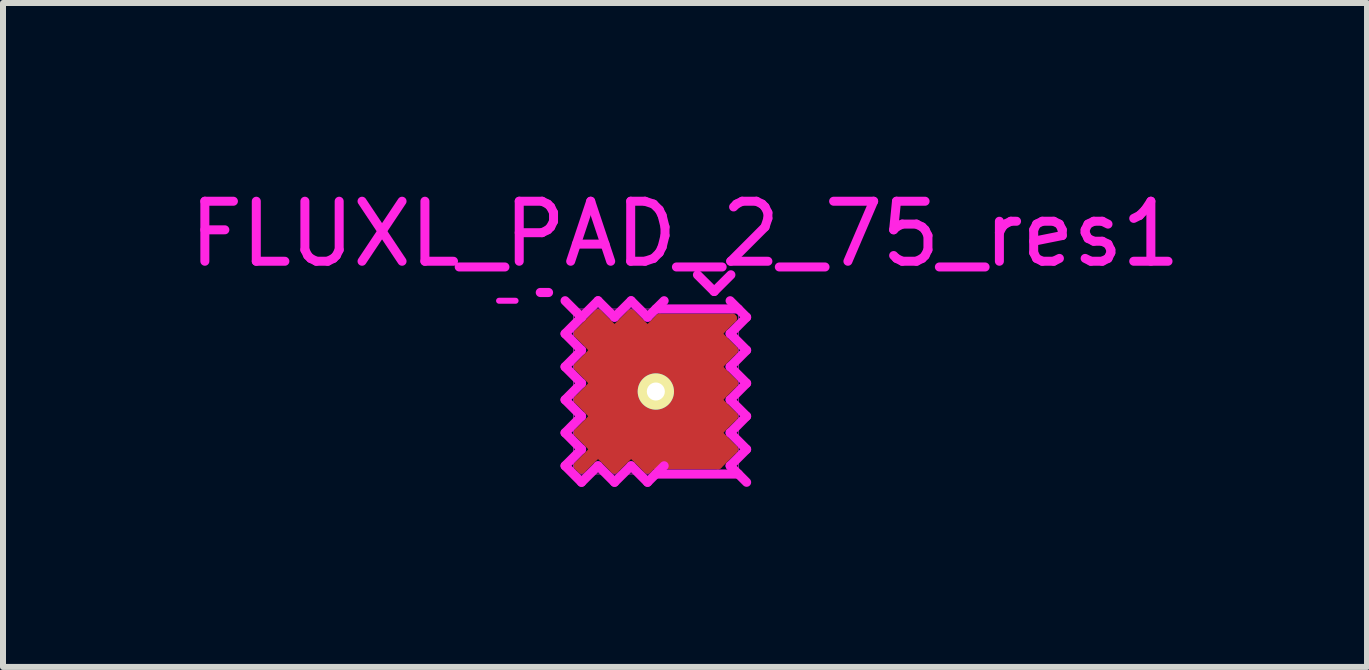
<source format=kicad_pcb>
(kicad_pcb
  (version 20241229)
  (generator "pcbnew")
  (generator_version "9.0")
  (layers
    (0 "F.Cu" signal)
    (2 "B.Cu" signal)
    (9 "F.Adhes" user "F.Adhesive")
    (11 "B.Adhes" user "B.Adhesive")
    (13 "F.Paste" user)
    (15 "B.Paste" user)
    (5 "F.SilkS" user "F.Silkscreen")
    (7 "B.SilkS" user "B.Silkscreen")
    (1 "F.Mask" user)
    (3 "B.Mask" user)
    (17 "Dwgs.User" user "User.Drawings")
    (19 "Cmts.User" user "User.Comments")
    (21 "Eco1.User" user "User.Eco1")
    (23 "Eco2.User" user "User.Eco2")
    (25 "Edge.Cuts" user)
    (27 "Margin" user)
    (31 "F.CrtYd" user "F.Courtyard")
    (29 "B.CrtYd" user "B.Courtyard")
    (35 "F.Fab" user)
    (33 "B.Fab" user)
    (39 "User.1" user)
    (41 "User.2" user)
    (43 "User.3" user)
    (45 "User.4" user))
  (footprint "FLUXL_PAD_2_75_res1"
    (layer "F.Cu")
    (at 7.877 3.473)
    (property "Reference" "FLUXL_PAD_2_75_res1" (at 0.486 -2.625 0) (layer "F.CrtYd") (effects (font (size 1 1) (thickness 0.15))))
    (attr smd)
    (fp_line (start -1.292 -0.963) (end -1.018 -0.688) (stroke (width 0.152) (type solid)) (layer "F.Cu"))
    (fp_line (start -1.292 -0.412) (end -1.018 -0.138) (stroke (width 0.152) (type solid)) (layer "F.Cu"))
    (fp_line (start -1.292 0.138) (end -1.018 0.412) (stroke (width 0.152) (type solid)) (layer "F.Cu"))
    (fp_line (start -1.292 0.688) (end -1.018 0.963) (stroke (width 0.152) (type solid)) (layer "F.Cu"))
    (fp_line (start -1.292 1.238) (end -1.238 1.292) (stroke (width 0.152) (type solid)) (layer "F.Cu"))
    (fp_line (start -1.238 -0.412) (end -1.073 -0.412) (stroke (width 0.152) (type solid)) (layer "F.Cu"))
    (fp_line (start -1.238 0.138) (end -1.073 0.138) (stroke (width 0.152) (type solid)) (layer "F.Cu"))
    (fp_line (start -1.238 0.688) (end -1.073 0.688) (stroke (width 0.152) (type solid)) (layer "F.Cu"))
    (fp_line (start -1.238 1.292) (end -0.963 1.018) (stroke (width 0.152) (type solid)) (layer "F.Cu"))
    (fp_line (start -1.183 -0.907) (end -0.907 -1.183) (stroke (width 0.152) (type solid)) (layer "F.Cu"))
    (fp_line (start -1.018 -0.688) (end -1.292 -0.412) (stroke (width 0.152) (type solid)) (layer "F.Cu"))
    (fp_line (start -1.018 -0.138) (end -1.292 0.138) (stroke (width 0.152) (type solid)) (layer "F.Cu"))
    (fp_line (start -1.018 0.412) (end -1.292 0.688) (stroke (width 0.152) (type solid)) (layer "F.Cu"))
    (fp_line (start -1.018 0.963) (end -1.292 1.238) (stroke (width 0.152) (type solid)) (layer "F.Cu"))
    (fp_line (start -0.963 -1.292) (end -1.292 -0.963) (stroke (width 0.152) (type solid)) (layer "F.Cu"))
    (fp_line (start -0.963 1.018) (end -0.688 1.292) (stroke (width 0.152) (type solid)) (layer "F.Cu"))
    (fp_line (start -0.688 -1.018) (end -0.963 -1.292) (stroke (width 0.152) (type solid)) (layer "F.Cu"))
    (fp_line (start -0.688 1.238) (end -0.688 1.073) (stroke (width 0.152) (type solid)) (layer "F.Cu"))
    (fp_line (start -0.688 1.292) (end -0.412 1.018) (stroke (width 0.152) (type solid)) (layer "F.Cu"))
    (fp_line (start -0.412 -1.292) (end -0.688 -1.018) (stroke (width 0.152) (type solid)) (layer "F.Cu"))
    (fp_line (start -0.412 -1.238) (end -0.412 -1.073) (stroke (width 0.152) (type solid)) (layer "F.Cu"))
    (fp_line (start -0.412 1.018) (end -0.138 1.292) (stroke (width 0.152) (type solid)) (layer "F.Cu"))
    (fp_line (start -0.138 -1.018) (end -0.412 -1.292) (stroke (width 0.152) (type solid)) (layer "F.Cu"))
    (fp_line (start -0.138 1.238) (end -0.138 1.073) (stroke (width 0.152) (type solid)) (layer "F.Cu"))
    (fp_line (start -0.138 1.292) (end 0.138 1.018) (stroke (width 0.152) (type solid)) (layer "F.Cu"))
    (fp_line (start 0.025 1.125) (end 1.05 1.125) (stroke (width 0.15) (type solid)) (layer "F.Cu"))
    (fp_line (start 0.065 -1.22) (end -0.138 -1.018) (stroke (width 0.152) (type solid)) (layer "F.Cu"))
    (fp_line (start 0.065 -1.22) (end 1.275 -1.22) (stroke (width 0.15) (type solid)) (layer "F.Cu"))
    (fp_line (start 0.075 -1.125) (end 1.05 -1.125) (stroke (width 0.15) (type solid)) (layer "F.Cu"))
    (fp_line (start 1.018 -0.412) (end 1.292 -0.688) (stroke (width 0.152) (type solid)) (layer "F.Cu"))
    (fp_line (start 1.018 0.138) (end 1.292 -0.138) (stroke (width 0.152) (type solid)) (layer "F.Cu"))
    (fp_line (start 1.018 0.688) (end 1.292 0.412) (stroke (width 0.152) (type solid)) (layer "F.Cu"))
    (fp_line (start 1.035 1.22) (end -0.1 1.22) (stroke (width 0.15) (type solid)) (layer "F.Cu"))
    (fp_line (start 1.035 1.22) (end 1.292 0.963) (stroke (width 0.152) (type solid)) (layer "F.Cu"))
    (fp_line (start 1.183 0.907) (end 0.907 1.183) (stroke (width 0.152) (type solid)) (layer "F.Cu"))
    (fp_line (start 1.238 -0.688) (end 1.073 -0.688) (stroke (width 0.152) (type solid)) (layer "F.Cu"))
    (fp_line (start 1.238 -0.138) (end 1.073 -0.138) (stroke (width 0.152) (type solid)) (layer "F.Cu"))
    (fp_line (start 1.238 0.412) (end 1.073 0.412) (stroke (width 0.152) (type solid)) (layer "F.Cu"))
    (fp_line (start 1.275 -1.22) (end 1.05 -0.995) (stroke (width 0.15) (type solid)) (layer "F.Cu"))
    (fp_line (start 1.292 -0.688) (end 1.018 -0.963) (stroke (width 0.152) (type solid)) (layer "F.Cu"))
    (fp_line (start 1.292 -0.138) (end 1.018 -0.412) (stroke (width 0.152) (type solid)) (layer "F.Cu"))
    (fp_line (start 1.292 0.412) (end 1.018 0.138) (stroke (width 0.152) (type solid)) (layer "F.Cu"))
    (fp_line (start 1.292 0.963) (end 1.018 0.688) (stroke (width 0.152) (type solid)) (layer "F.Cu"))
    (fp_line (start -2.337 -1.512) (end -2.612 -1.512) (stroke (width 0.1) (type solid)) (layer "F.CrtYd"))
    (fp_line (start -1.925 -1.65) (end -1.788 -1.65) (stroke (width 0.152) (type solid)) (layer "F.CrtYd"))
    (fp_line (start -1.512 -1.512) (end -1.238 -1.238) (stroke (width 0.152) (type solid)) (layer "F.CrtYd"))
    (fp_line (start -1.512 -0.963) (end -1.238 -0.688) (stroke (width 0.152) (type solid)) (layer "F.CrtYd"))
    (fp_line (start -1.512 -0.412) (end -1.238 -0.138) (stroke (width 0.152) (type solid)) (layer "F.CrtYd"))
    (fp_line (start -1.512 0.138) (end -1.238 0.412) (stroke (width 0.152) (type solid)) (layer "F.CrtYd"))
    (fp_line (start -1.512 0.688) (end -1.238 0.963) (stroke (width 0.152) (type solid)) (layer "F.CrtYd"))
    (fp_line (start -1.512 1.238) (end -1.238 1.512) (stroke (width 0.152) (type solid)) (layer "F.CrtYd"))
    (fp_line (start -1.375 -1.375) (end 1.375 -1.375) (stroke (width 0.01) (type solid)) (layer "F.CrtYd"))
    (fp_line (start -1.375 1.375) (end -1.375 -1.375) (stroke (width 0.01) (type solid)) (layer "F.CrtYd"))
    (fp_line (start -1.238 -1.238) (end -1.512 -0.963) (stroke (width 0.152) (type solid)) (layer "F.CrtYd"))
    (fp_line (start -1.238 -1.238) (end -0.963 -1.512) (stroke (width 0.152) (type solid)) (layer "F.CrtYd"))
    (fp_line (start -1.238 -0.688) (end -1.512 -0.412) (stroke (width 0.152) (type solid)) (layer "F.CrtYd"))
    (fp_line (start -1.238 -0.138) (end -1.512 0.138) (stroke (width 0.152) (type solid)) (layer "F.CrtYd"))
    (fp_line (start -1.238 0.412) (end -1.512 0.688) (stroke (width 0.152) (type solid)) (layer "F.CrtYd"))
    (fp_line (start -1.238 0.963) (end -1.512 1.238) (stroke (width 0.152) (type solid)) (layer "F.CrtYd"))
    (fp_line (start -1.238 1.512) (end -0.963 1.238) (stroke (width 0.152) (type solid)) (layer "F.CrtYd"))
    (fp_line (start -0.963 -1.512) (end -0.688 -1.238) (stroke (width 0.152) (type solid)) (layer "F.CrtYd"))
    (fp_line (start -0.963 1.238) (end -0.688 1.512) (stroke (width 0.152) (type solid)) (layer "F.CrtYd"))
    (fp_line (start -0.688 -1.238) (end -0.412 -1.512) (stroke (width 0.152) (type solid)) (layer "F.CrtYd"))
    (fp_line (start -0.688 1.512) (end -0.412 1.238) (stroke (width 0.152) (type solid)) (layer "F.CrtYd"))
    (fp_line (start -0.412 -1.512) (end -0.138 -1.238) (stroke (width 0.152) (type solid)) (layer "F.CrtYd"))
    (fp_line (start -0.412 1.238) (end -0.138 1.512) (stroke (width 0.152) (type solid)) (layer "F.CrtYd"))
    (fp_line (start -0.138 -1.238) (end 0.138 -1.512) (stroke (width 0.152) (type solid)) (layer "F.CrtYd"))
    (fp_line (start -0.138 1.512) (end 0.138 1.238) (stroke (width 0.152) (type solid)) (layer "F.CrtYd"))
    (fp_line (start 0 -1.375) (end 1.375 -1.375) (stroke (width 0.152) (type solid)) (layer "F.CrtYd"))
    (fp_line (start 0 1.375) (end 1.375 1.375) (stroke (width 0.152) (type solid)) (layer "F.CrtYd"))
    (fp_line (start 0.972 -1.667) (end 0.694 -1.944) (stroke (width 0.152) (type solid)) (layer "F.CrtYd"))
    (fp_line (start 1.238 -1.512) (end 1.512 -1.238) (stroke (width 0.152) (type solid)) (layer "F.CrtYd"))
    (fp_line (start 1.238 -0.963) (end 1.512 -1.238) (stroke (width 0.152) (type solid)) (layer "F.CrtYd"))
    (fp_line (start 1.238 -0.412) (end 1.512 -0.688) (stroke (width 0.152) (type solid)) (layer "F.CrtYd"))
    (fp_line (start 1.238 0.138) (end 1.512 -0.138) (stroke (width 0.152) (type solid)) (layer "F.CrtYd"))
    (fp_line (start 1.238 0.688) (end 1.512 0.412) (stroke (width 0.152) (type solid)) (layer "F.CrtYd"))
    (fp_line (start 1.238 1.238) (end 1.512 1.512) (stroke (width 0.152) (type solid)) (layer "F.CrtYd"))
    (fp_line (start 1.25 -1.944) (end 0.972 -1.667) (stroke (width 0.152) (type solid)) (layer "F.CrtYd"))
    (fp_line (start 1.375 -1.375) (end 1.375 1.375) (stroke (width 0.01) (type solid)) (layer "F.CrtYd"))
    (fp_line (start 1.375 1.375) (end -1.375 1.375) (stroke (width 0.01) (type solid)) (layer "F.CrtYd"))
    (fp_line (start 1.512 -0.688) (end 1.238 -0.963) (stroke (width 0.152) (type solid)) (layer "F.CrtYd"))
    (fp_line (start 1.512 -0.138) (end 1.238 -0.412) (stroke (width 0.152) (type solid)) (layer "F.CrtYd"))
    (fp_line (start 1.512 0.412) (end 1.238 0.138) (stroke (width 0.152) (type solid)) (layer "F.CrtYd"))
    (fp_line (start 1.512 0.963) (end 1.238 0.688) (stroke (width 0.152) (type solid)) (layer "F.CrtYd"))
    (fp_line (start 1.512 0.963) (end 1.238 1.238) (stroke (width 0.152) (type solid)) (layer "F.CrtYd"))
    (pad "1" thru_hole circle (at 0 0) (size 0.605 0.605) (drill 0.3) (layers "*.Cu" "*.Mask" "F.SilkS"))
    (pad "1" smd rect (at 0 0) (size 2.25 2.25) (layers "F.Cu" "F.Mask" "F.Paste")))
  (gr_rect
    (start -3 -3)
    (end 19.726 8.062)
    (stroke (width 0.1) (type default))
    (fill no)
    (layer "Edge.Cuts")))
</source>
